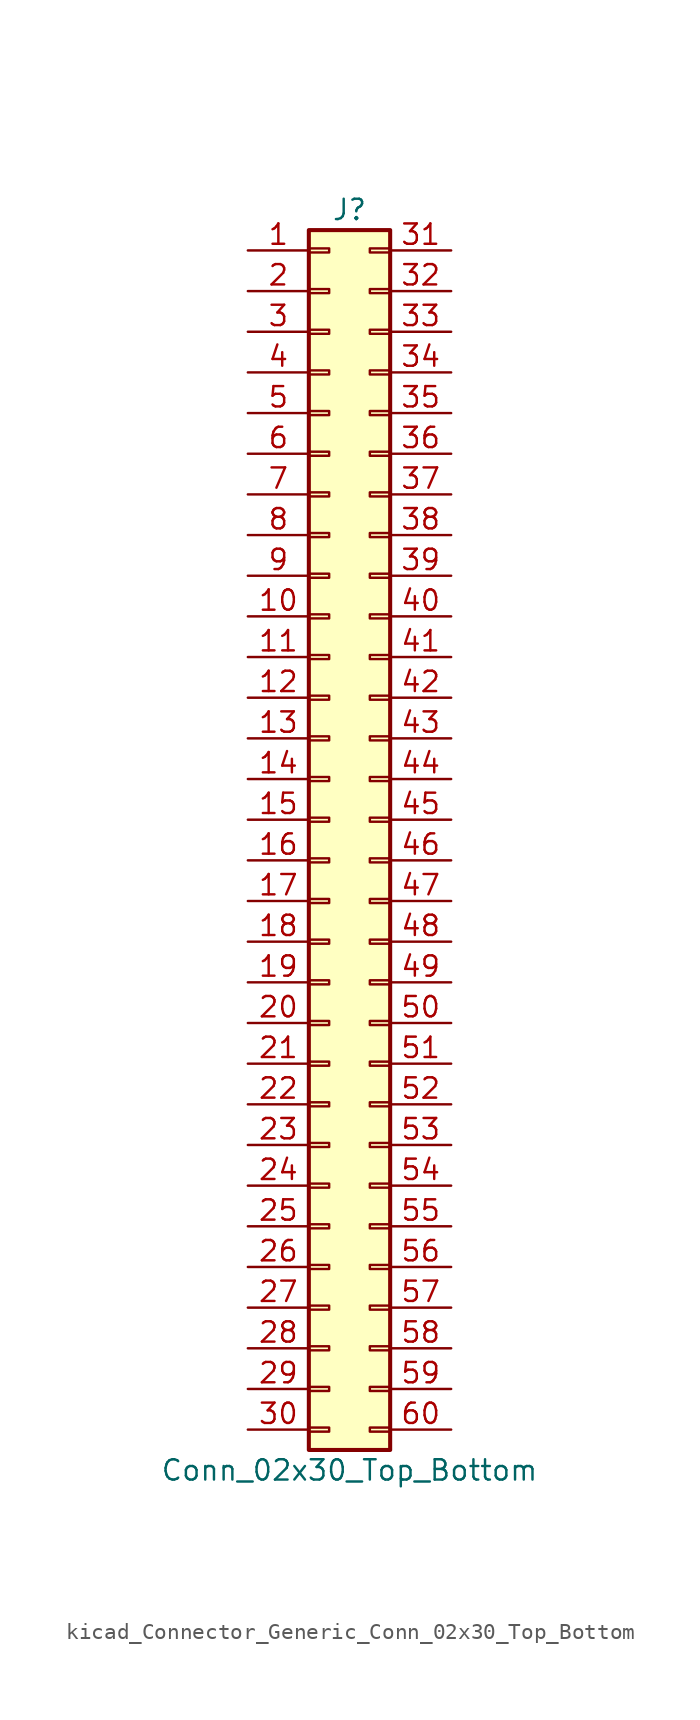
<source format=kicad_sym>
(kicad_symbol_lib
  (version 20220914)
  (generator kicad_symbol_editor)
  (symbol "kicad_Connector_Generic_Conn_02x30_Top_Bottom"
    (pin_names
      (offset 1.016) hide)
    (property "Reference" "J"
      (at 1.27 38.1 0)
      (effects (font (size 1.27 1.27))))
    (property "Value" "Conn_02x30_Top_Bottom"
      (at 1.27 -40.64 0)
      (effects (font (size 1.27 1.27))))
    (symbol "kicad_Connector_Generic_Conn_02x30_Top_Bottom_1_1"
      (rectangle (start -1.27 -37.973) (end 0 -38.227) (stroke (width 0.152) (type default)) (fill (type none)))
      (rectangle (start -1.27 -35.433) (end 0 -35.687) (stroke (width 0.152) (type default)) (fill (type none)))
      (rectangle (start -1.27 -32.893) (end 0 -33.147) (stroke (width 0.152) (type default)) (fill (type none)))
      (rectangle (start -1.27 -30.353) (end 0 -30.607) (stroke (width 0.152) (type default)) (fill (type none)))
      (rectangle (start -1.27 -27.813) (end 0 -28.067) (stroke (width 0.152) (type default)) (fill (type none)))
      (rectangle (start -1.27 -25.273) (end 0 -25.527) (stroke (width 0.152) (type default)) (fill (type none)))
      (rectangle (start -1.27 -22.733) (end 0 -22.987) (stroke (width 0.152) (type default)) (fill (type none)))
      (rectangle (start -1.27 -20.193) (end 0 -20.447) (stroke (width 0.152) (type default)) (fill (type none)))
      (rectangle (start -1.27 -17.653) (end 0 -17.907) (stroke (width 0.152) (type default)) (fill (type none)))
      (rectangle (start -1.27 -15.113) (end 0 -15.367) (stroke (width 0.152) (type default)) (fill (type none)))
      (rectangle (start -1.27 -12.573) (end 0 -12.827) (stroke (width 0.152) (type default)) (fill (type none)))
      (rectangle (start -1.27 -10.033) (end 0 -10.287) (stroke (width 0.152) (type default)) (fill (type none)))
      (rectangle (start -1.27 -7.493) (end 0 -7.747) (stroke (width 0.152) (type default)) (fill (type none)))
      (rectangle (start -1.27 -4.953) (end 0 -5.207) (stroke (width 0.152) (type default)) (fill (type none)))
      (rectangle (start -1.27 -2.413) (end 0 -2.667) (stroke (width 0.152) (type default)) (fill (type none)))
      (rectangle (start -1.27 0.127) (end 0 -0.127) (stroke (width 0.152) (type default)) (fill (type none)))
      (rectangle (start -1.27 2.667) (end 0 2.413) (stroke (width 0.152) (type default)) (fill (type none)))
      (rectangle (start -1.27 5.207) (end 0 4.953) (stroke (width 0.152) (type default)) (fill (type none)))
      (rectangle (start -1.27 7.747) (end 0 7.493) (stroke (width 0.152) (type default)) (fill (type none)))
      (rectangle (start -1.27 10.287) (end 0 10.033) (stroke (width 0.152) (type default)) (fill (type none)))
      (rectangle (start -1.27 12.827) (end 0 12.573) (stroke (width 0.152) (type default)) (fill (type none)))
      (rectangle (start -1.27 15.367) (end 0 15.113) (stroke (width 0.152) (type default)) (fill (type none)))
      (rectangle (start -1.27 17.907) (end 0 17.653) (stroke (width 0.152) (type default)) (fill (type none)))
      (rectangle (start -1.27 20.447) (end 0 20.193) (stroke (width 0.152) (type default)) (fill (type none)))
      (rectangle (start -1.27 22.987) (end 0 22.733) (stroke (width 0.152) (type default)) (fill (type none)))
      (rectangle (start -1.27 25.527) (end 0 25.273) (stroke (width 0.152) (type default)) (fill (type none)))
      (rectangle (start -1.27 28.067) (end 0 27.813) (stroke (width 0.152) (type default)) (fill (type none)))
      (rectangle (start -1.27 30.607) (end 0 30.353) (stroke (width 0.152) (type default)) (fill (type none)))
      (rectangle (start -1.27 33.147) (end 0 32.893) (stroke (width 0.152) (type default)) (fill (type none)))
      (rectangle (start -1.27 35.687) (end 0 35.433) (stroke (width 0.152) (type default)) (fill (type none)))
      (rectangle (start -1.27 36.83) (end 3.81 -39.37) (stroke (width 0.254) (type default)) (fill (type background)))
      (rectangle (start 3.81 -37.973) (end 2.54 -38.227) (stroke (width 0.152) (type default)) (fill (type none)))
      (rectangle (start 3.81 -35.433) (end 2.54 -35.687) (stroke (width 0.152) (type default)) (fill (type none)))
      (rectangle (start 3.81 -32.893) (end 2.54 -33.147) (stroke (width 0.152) (type default)) (fill (type none)))
      (rectangle (start 3.81 -30.353) (end 2.54 -30.607) (stroke (width 0.152) (type default)) (fill (type none)))
      (rectangle (start 3.81 -27.813) (end 2.54 -28.067) (stroke (width 0.152) (type default)) (fill (type none)))
      (rectangle (start 3.81 -25.273) (end 2.54 -25.527) (stroke (width 0.152) (type default)) (fill (type none)))
      (rectangle (start 3.81 -22.733) (end 2.54 -22.987) (stroke (width 0.152) (type default)) (fill (type none)))
      (rectangle (start 3.81 -20.193) (end 2.54 -20.447) (stroke (width 0.152) (type default)) (fill (type none)))
      (rectangle (start 3.81 -17.653) (end 2.54 -17.907) (stroke (width 0.152) (type default)) (fill (type none)))
      (rectangle (start 3.81 -15.113) (end 2.54 -15.367) (stroke (width 0.152) (type default)) (fill (type none)))
      (rectangle (start 3.81 -12.573) (end 2.54 -12.827) (stroke (width 0.152) (type default)) (fill (type none)))
      (rectangle (start 3.81 -10.033) (end 2.54 -10.287) (stroke (width 0.152) (type default)) (fill (type none)))
      (rectangle (start 3.81 -7.493) (end 2.54 -7.747) (stroke (width 0.152) (type default)) (fill (type none)))
      (rectangle (start 3.81 -4.953) (end 2.54 -5.207) (stroke (width 0.152) (type default)) (fill (type none)))
      (rectangle (start 3.81 -2.413) (end 2.54 -2.667) (stroke (width 0.152) (type default)) (fill (type none)))
      (rectangle (start 3.81 0.127) (end 2.54 -0.127) (stroke (width 0.152) (type default)) (fill (type none)))
      (rectangle (start 3.81 2.667) (end 2.54 2.413) (stroke (width 0.152) (type default)) (fill (type none)))
      (rectangle (start 3.81 5.207) (end 2.54 4.953) (stroke (width 0.152) (type default)) (fill (type none)))
      (rectangle (start 3.81 7.747) (end 2.54 7.493) (stroke (width 0.152) (type default)) (fill (type none)))
      (rectangle (start 3.81 10.287) (end 2.54 10.033) (stroke (width 0.152) (type default)) (fill (type none)))
      (rectangle (start 3.81 12.827) (end 2.54 12.573) (stroke (width 0.152) (type default)) (fill (type none)))
      (rectangle (start 3.81 15.367) (end 2.54 15.113) (stroke (width 0.152) (type default)) (fill (type none)))
      (rectangle (start 3.81 17.907) (end 2.54 17.653) (stroke (width 0.152) (type default)) (fill (type none)))
      (rectangle (start 3.81 20.447) (end 2.54 20.193) (stroke (width 0.152) (type default)) (fill (type none)))
      (rectangle (start 3.81 22.987) (end 2.54 22.733) (stroke (width 0.152) (type default)) (fill (type none)))
      (rectangle (start 3.81 25.527) (end 2.54 25.273) (stroke (width 0.152) (type default)) (fill (type none)))
      (rectangle (start 3.81 28.067) (end 2.54 27.813) (stroke (width 0.152) (type default)) (fill (type none)))
      (rectangle (start 3.81 30.607) (end 2.54 30.353) (stroke (width 0.152) (type default)) (fill (type none)))
      (rectangle (start 3.81 33.147) (end 2.54 32.893) (stroke (width 0.152) (type default)) (fill (type none)))
      (rectangle (start 3.81 35.687) (end 2.54 35.433) (stroke (width 0.152) (type default)) (fill (type none)))
      (pin passive line (at -5.08 35.56 0) (length 3.81) (name "Pin_1" (effects (font (size 1.27 1.27)))) (number "1" (effects (font (size 1.27 1.27)))))
      (pin passive line (at -5.08 12.7 0) (length 3.81) (name "Pin_10" (effects (font (size 1.27 1.27)))) (number "10" (effects (font (size 1.27 1.27)))))
      (pin passive line (at -5.08 10.16 0) (length 3.81) (name "Pin_11" (effects (font (size 1.27 1.27)))) (number "11" (effects (font (size 1.27 1.27)))))
      (pin passive line (at -5.08 7.62 0) (length 3.81) (name "Pin_12" (effects (font (size 1.27 1.27)))) (number "12" (effects (font (size 1.27 1.27)))))
      (pin passive line (at -5.08 5.08 0) (length 3.81) (name "Pin_13" (effects (font (size 1.27 1.27)))) (number "13" (effects (font (size 1.27 1.27)))))
      (pin passive line (at -5.08 2.54 0) (length 3.81) (name "Pin_14" (effects (font (size 1.27 1.27)))) (number "14" (effects (font (size 1.27 1.27)))))
      (pin passive line (at -5.08 0 0) (length 3.81) (name "Pin_15" (effects (font (size 1.27 1.27)))) (number "15" (effects (font (size 1.27 1.27)))))
      (pin passive line (at -5.08 -2.54 0) (length 3.81) (name "Pin_16" (effects (font (size 1.27 1.27)))) (number "16" (effects (font (size 1.27 1.27)))))
      (pin passive line (at -5.08 -5.08 0) (length 3.81) (name "Pin_17" (effects (font (size 1.27 1.27)))) (number "17" (effects (font (size 1.27 1.27)))))
      (pin passive line (at -5.08 -7.62 0) (length 3.81) (name "Pin_18" (effects (font (size 1.27 1.27)))) (number "18" (effects (font (size 1.27 1.27)))))
      (pin passive line (at -5.08 -10.16 0) (length 3.81) (name "Pin_19" (effects (font (size 1.27 1.27)))) (number "19" (effects (font (size 1.27 1.27)))))
      (pin passive line (at -5.08 33.02 0) (length 3.81) (name "Pin_2" (effects (font (size 1.27 1.27)))) (number "2" (effects (font (size 1.27 1.27)))))
      (pin passive line (at -5.08 -12.7 0) (length 3.81) (name "Pin_20" (effects (font (size 1.27 1.27)))) (number "20" (effects (font (size 1.27 1.27)))))
      (pin passive line (at -5.08 -15.24 0) (length 3.81) (name "Pin_21" (effects (font (size 1.27 1.27)))) (number "21" (effects (font (size 1.27 1.27)))))
      (pin passive line (at -5.08 -17.78 0) (length 3.81) (name "Pin_22" (effects (font (size 1.27 1.27)))) (number "22" (effects (font (size 1.27 1.27)))))
      (pin passive line (at -5.08 -20.32 0) (length 3.81) (name "Pin_23" (effects (font (size 1.27 1.27)))) (number "23" (effects (font (size 1.27 1.27)))))
      (pin passive line (at -5.08 -22.86 0) (length 3.81) (name "Pin_24" (effects (font (size 1.27 1.27)))) (number "24" (effects (font (size 1.27 1.27)))))
      (pin passive line (at -5.08 -25.4 0) (length 3.81) (name "Pin_25" (effects (font (size 1.27 1.27)))) (number "25" (effects (font (size 1.27 1.27)))))
      (pin passive line (at -5.08 -27.94 0) (length 3.81) (name "Pin_26" (effects (font (size 1.27 1.27)))) (number "26" (effects (font (size 1.27 1.27)))))
      (pin passive line (at -5.08 -30.48 0) (length 3.81) (name "Pin_27" (effects (font (size 1.27 1.27)))) (number "27" (effects (font (size 1.27 1.27)))))
      (pin passive line (at -5.08 -33.02 0) (length 3.81) (name "Pin_28" (effects (font (size 1.27 1.27)))) (number "28" (effects (font (size 1.27 1.27)))))
      (pin passive line (at -5.08 -35.56 0) (length 3.81) (name "Pin_29" (effects (font (size 1.27 1.27)))) (number "29" (effects (font (size 1.27 1.27)))))
      (pin passive line (at -5.08 30.48 0) (length 3.81) (name "Pin_3" (effects (font (size 1.27 1.27)))) (number "3" (effects (font (size 1.27 1.27)))))
      (pin passive line (at -5.08 -38.1 0) (length 3.81) (name "Pin_30" (effects (font (size 1.27 1.27)))) (number "30" (effects (font (size 1.27 1.27)))))
      (pin passive line (at 7.62 35.56 180) (length 3.81) (name "Pin_31" (effects (font (size 1.27 1.27)))) (number "31" (effects (font (size 1.27 1.27)))))
      (pin passive line (at 7.62 33.02 180) (length 3.81) (name "Pin_32" (effects (font (size 1.27 1.27)))) (number "32" (effects (font (size 1.27 1.27)))))
      (pin passive line (at 7.62 30.48 180) (length 3.81) (name "Pin_33" (effects (font (size 1.27 1.27)))) (number "33" (effects (font (size 1.27 1.27)))))
      (pin passive line (at 7.62 27.94 180) (length 3.81) (name "Pin_34" (effects (font (size 1.27 1.27)))) (number "34" (effects (font (size 1.27 1.27)))))
      (pin passive line (at 7.62 25.4 180) (length 3.81) (name "Pin_35" (effects (font (size 1.27 1.27)))) (number "35" (effects (font (size 1.27 1.27)))))
      (pin passive line (at 7.62 22.86 180) (length 3.81) (name "Pin_36" (effects (font (size 1.27 1.27)))) (number "36" (effects (font (size 1.27 1.27)))))
      (pin passive line (at 7.62 20.32 180) (length 3.81) (name "Pin_37" (effects (font (size 1.27 1.27)))) (number "37" (effects (font (size 1.27 1.27)))))
      (pin passive line (at 7.62 17.78 180) (length 3.81) (name "Pin_38" (effects (font (size 1.27 1.27)))) (number "38" (effects (font (size 1.27 1.27)))))
      (pin passive line (at 7.62 15.24 180) (length 3.81) (name "Pin_39" (effects (font (size 1.27 1.27)))) (number "39" (effects (font (size 1.27 1.27)))))
      (pin passive line (at -5.08 27.94 0) (length 3.81) (name "Pin_4" (effects (font (size 1.27 1.27)))) (number "4" (effects (font (size 1.27 1.27)))))
      (pin passive line (at 7.62 12.7 180) (length 3.81) (name "Pin_40" (effects (font (size 1.27 1.27)))) (number "40" (effects (font (size 1.27 1.27)))))
      (pin passive line (at 7.62 10.16 180) (length 3.81) (name "Pin_41" (effects (font (size 1.27 1.27)))) (number "41" (effects (font (size 1.27 1.27)))))
      (pin passive line (at 7.62 7.62 180) (length 3.81) (name "Pin_42" (effects (font (size 1.27 1.27)))) (number "42" (effects (font (size 1.27 1.27)))))
      (pin passive line (at 7.62 5.08 180) (length 3.81) (name "Pin_43" (effects (font (size 1.27 1.27)))) (number "43" (effects (font (size 1.27 1.27)))))
      (pin passive line (at 7.62 2.54 180) (length 3.81) (name "Pin_44" (effects (font (size 1.27 1.27)))) (number "44" (effects (font (size 1.27 1.27)))))
      (pin passive line (at 7.62 0 180) (length 3.81) (name "Pin_45" (effects (font (size 1.27 1.27)))) (number "45" (effects (font (size 1.27 1.27)))))
      (pin passive line (at 7.62 -2.54 180) (length 3.81) (name "Pin_46" (effects (font (size 1.27 1.27)))) (number "46" (effects (font (size 1.27 1.27)))))
      (pin passive line (at 7.62 -5.08 180) (length 3.81) (name "Pin_47" (effects (font (size 1.27 1.27)))) (number "47" (effects (font (size 1.27 1.27)))))
      (pin passive line (at 7.62 -7.62 180) (length 3.81) (name "Pin_48" (effects (font (size 1.27 1.27)))) (number "48" (effects (font (size 1.27 1.27)))))
      (pin passive line (at 7.62 -10.16 180) (length 3.81) (name "Pin_49" (effects (font (size 1.27 1.27)))) (number "49" (effects (font (size 1.27 1.27)))))
      (pin passive line (at -5.08 25.4 0) (length 3.81) (name "Pin_5" (effects (font (size 1.27 1.27)))) (number "5" (effects (font (size 1.27 1.27)))))
      (pin passive line (at 7.62 -12.7 180) (length 3.81) (name "Pin_50" (effects (font (size 1.27 1.27)))) (number "50" (effects (font (size 1.27 1.27)))))
      (pin passive line (at 7.62 -15.24 180) (length 3.81) (name "Pin_51" (effects (font (size 1.27 1.27)))) (number "51" (effects (font (size 1.27 1.27)))))
      (pin passive line (at 7.62 -17.78 180) (length 3.81) (name "Pin_52" (effects (font (size 1.27 1.27)))) (number "52" (effects (font (size 1.27 1.27)))))
      (pin passive line (at 7.62 -20.32 180) (length 3.81) (name "Pin_53" (effects (font (size 1.27 1.27)))) (number "53" (effects (font (size 1.27 1.27)))))
      (pin passive line (at 7.62 -22.86 180) (length 3.81) (name "Pin_54" (effects (font (size 1.27 1.27)))) (number "54" (effects (font (size 1.27 1.27)))))
      (pin passive line (at 7.62 -25.4 180) (length 3.81) (name "Pin_55" (effects (font (size 1.27 1.27)))) (number "55" (effects (font (size 1.27 1.27)))))
      (pin passive line (at 7.62 -27.94 180) (length 3.81) (name "Pin_56" (effects (font (size 1.27 1.27)))) (number "56" (effects (font (size 1.27 1.27)))))
      (pin passive line (at 7.62 -30.48 180) (length 3.81) (name "Pin_57" (effects (font (size 1.27 1.27)))) (number "57" (effects (font (size 1.27 1.27)))))
      (pin passive line (at 7.62 -33.02 180) (length 3.81) (name "Pin_58" (effects (font (size 1.27 1.27)))) (number "58" (effects (font (size 1.27 1.27)))))
      (pin passive line (at 7.62 -35.56 180) (length 3.81) (name "Pin_59" (effects (font (size 1.27 1.27)))) (number "59" (effects (font (size 1.27 1.27)))))
      (pin passive line (at -5.08 22.86 0) (length 3.81) (name "Pin_6" (effects (font (size 1.27 1.27)))) (number "6" (effects (font (size 1.27 1.27)))))
      (pin passive line (at 7.62 -38.1 180) (length 3.81) (name "Pin_60" (effects (font (size 1.27 1.27)))) (number "60" (effects (font (size 1.27 1.27)))))
      (pin passive line (at -5.08 20.32 0) (length 3.81) (name "Pin_7" (effects (font (size 1.27 1.27)))) (number "7" (effects (font (size 1.27 1.27)))))
      (pin passive line (at -5.08 17.78 0) (length 3.81) (name "Pin_8" (effects (font (size 1.27 1.27)))) (number "8" (effects (font (size 1.27 1.27)))))
      (pin passive line (at -5.08 15.24 0) (length 3.81) (name "Pin_9" (effects (font (size 1.27 1.27)))) (number "9" (effects (font (size 1.27 1.27))))))))
</source>
